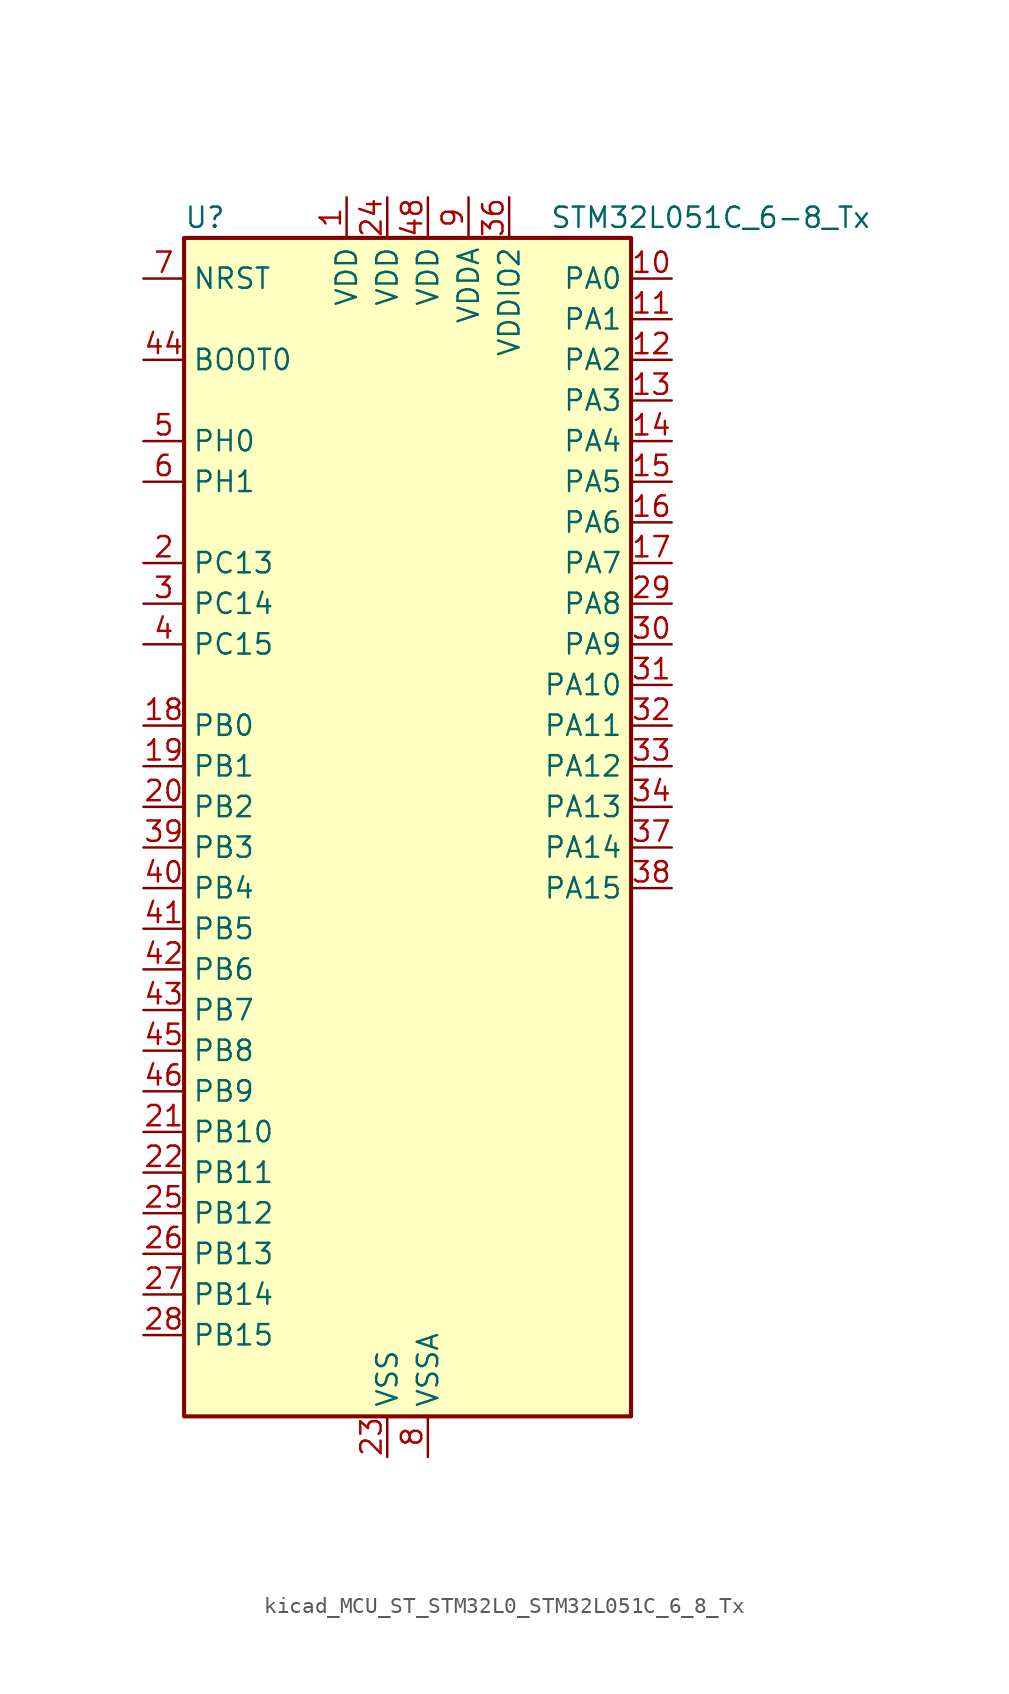
<source format=kicad_sym>
(kicad_symbol_lib
  (version 20220914)
  (generator kicad_symbol_editor)
  (symbol "kicad_MCU_ST_STM32L0_STM32L051C_6_8_Tx"
    (property "Reference" "U"
      (at -12.7 39.37 0)
      (effects (font (size 1.27 1.27)) (justify left)))
    (property "Value" "STM32L051C_6-8_Tx"
      (at 10.16 39.37 0)
      (effects (font (size 1.27 1.27)) (justify left)))
    (property "ki_locked" ""
      (at 0 0 0)
      (effects (font (size 1.27 1.27))))
    (symbol "kicad_MCU_ST_STM32L0_STM32L051C_6_8_Tx_0_1"
      (rectangle (start -12.7 -35.56) (end 15.24 38.1) (stroke (width 0.254) (type default)) (fill (type background))))
    (symbol "kicad_MCU_ST_STM32L0_STM32L051C_6_8_Tx_1_1"
      (pin power_in line (at -2.54 40.64 270) (length 2.54) (name "VDD" (effects (font (size 1.27 1.27)))) (number "1" (effects (font (size 1.27 1.27)))))
      (pin bidirectional line (at 17.78 35.56 180) (length 2.54) (name "PA0" (effects (font (size 1.27 1.27)))) (number "10" (effects (font (size 1.27 1.27)))) (alternate "ADC_IN0" bidirectional line) (alternate "COMP1_INM" bidirectional line) (alternate "COMP1_OUT" bidirectional line) (alternate "RTC_TAMP2" bidirectional line) (alternate "SYS_WKUP1" bidirectional line) (alternate "TIM2_CH1" bidirectional line) (alternate "TIM2_ETR" bidirectional line) (alternate "USART2_CTS" bidirectional line))
      (pin bidirectional line (at 17.78 33.02 180) (length 2.54) (name "PA1" (effects (font (size 1.27 1.27)))) (number "11" (effects (font (size 1.27 1.27)))) (alternate "ADC_IN1" bidirectional line) (alternate "COMP1_INP" bidirectional line) (alternate "TIM21_ETR" bidirectional line) (alternate "TIM2_CH2" bidirectional line) (alternate "USART2_DE" bidirectional line) (alternate "USART2_RTS" bidirectional line))
      (pin bidirectional line (at 17.78 30.48 180) (length 2.54) (name "PA2" (effects (font (size 1.27 1.27)))) (number "12" (effects (font (size 1.27 1.27)))) (alternate "ADC_IN2" bidirectional line) (alternate "COMP2_INM" bidirectional line) (alternate "COMP2_OUT" bidirectional line) (alternate "TIM21_CH1" bidirectional line) (alternate "TIM2_CH3" bidirectional line) (alternate "USART2_TX" bidirectional line))
      (pin bidirectional line (at 17.78 27.94 180) (length 2.54) (name "PA3" (effects (font (size 1.27 1.27)))) (number "13" (effects (font (size 1.27 1.27)))) (alternate "ADC_IN3" bidirectional line) (alternate "COMP2_INP" bidirectional line) (alternate "TIM21_CH2" bidirectional line) (alternate "TIM2_CH4" bidirectional line) (alternate "USART2_RX" bidirectional line))
      (pin bidirectional line (at 17.78 25.4 180) (length 2.54) (name "PA4" (effects (font (size 1.27 1.27)))) (number "14" (effects (font (size 1.27 1.27)))) (alternate "ADC_IN4" bidirectional line) (alternate "COMP1_INM" bidirectional line) (alternate "COMP2_INM" bidirectional line) (alternate "SPI1_NSS" bidirectional line) (alternate "TIM22_ETR" bidirectional line) (alternate "USART2_CK" bidirectional line))
      (pin bidirectional line (at 17.78 22.86 180) (length 2.54) (name "PA5" (effects (font (size 1.27 1.27)))) (number "15" (effects (font (size 1.27 1.27)))) (alternate "ADC_IN5" bidirectional line) (alternate "COMP1_INM" bidirectional line) (alternate "COMP2_INM" bidirectional line) (alternate "SPI1_SCK" bidirectional line) (alternate "TIM2_CH1" bidirectional line) (alternate "TIM2_ETR" bidirectional line))
      (pin bidirectional line (at 17.78 20.32 180) (length 2.54) (name "PA6" (effects (font (size 1.27 1.27)))) (number "16" (effects (font (size 1.27 1.27)))) (alternate "ADC_IN6" bidirectional line) (alternate "COMP1_OUT" bidirectional line) (alternate "LPUART1_CTS" bidirectional line) (alternate "SPI1_MISO" bidirectional line) (alternate "TIM22_CH1" bidirectional line))
      (pin bidirectional line (at 17.78 17.78 180) (length 2.54) (name "PA7" (effects (font (size 1.27 1.27)))) (number "17" (effects (font (size 1.27 1.27)))) (alternate "ADC_IN7" bidirectional line) (alternate "COMP2_OUT" bidirectional line) (alternate "SPI1_MOSI" bidirectional line) (alternate "TIM22_CH2" bidirectional line))
      (pin bidirectional line (at -15.24 7.62 0) (length 2.54) (name "PB0" (effects (font (size 1.27 1.27)))) (number "18" (effects (font (size 1.27 1.27)))) (alternate "ADC_IN8" bidirectional line) (alternate "SYS_VREF_OUT_PB0" bidirectional line))
      (pin bidirectional line (at -15.24 5.08 0) (length 2.54) (name "PB1" (effects (font (size 1.27 1.27)))) (number "19" (effects (font (size 1.27 1.27)))) (alternate "ADC_IN9" bidirectional line) (alternate "LPUART1_DE" bidirectional line) (alternate "LPUART1_RTS" bidirectional line) (alternate "SYS_VREF_OUT_PB1" bidirectional line))
      (pin bidirectional line (at -15.24 17.78 0) (length 2.54) (name "PC13" (effects (font (size 1.27 1.27)))) (number "2" (effects (font (size 1.27 1.27)))) (alternate "RTC_OUT_ALARM" bidirectional line) (alternate "RTC_OUT_CALIB" bidirectional line) (alternate "RTC_TAMP1" bidirectional line) (alternate "RTC_TS" bidirectional line) (alternate "SYS_WKUP2" bidirectional line))
      (pin bidirectional line (at -15.24 2.54 0) (length 2.54) (name "PB2" (effects (font (size 1.27 1.27)))) (number "20" (effects (font (size 1.27 1.27)))) (alternate "LPTIM1_OUT" bidirectional line))
      (pin bidirectional line (at -15.24 -17.78 0) (length 2.54) (name "PB10" (effects (font (size 1.27 1.27)))) (number "21" (effects (font (size 1.27 1.27)))) (alternate "I2C2_SCL" bidirectional line) (alternate "LPUART1_TX" bidirectional line) (alternate "SPI2_SCK" bidirectional line) (alternate "TIM2_CH3" bidirectional line))
      (pin bidirectional line (at -15.24 -20.32 0) (length 2.54) (name "PB11" (effects (font (size 1.27 1.27)))) (number "22" (effects (font (size 1.27 1.27)))) (alternate "ADC_EXTI11" bidirectional line) (alternate "I2C2_SDA" bidirectional line) (alternate "LPUART1_RX" bidirectional line) (alternate "TIM2_CH4" bidirectional line))
      (pin power_in line (at 0 -38.1 90) (length 2.54) (name "VSS" (effects (font (size 1.27 1.27)))) (number "23" (effects (font (size 1.27 1.27)))))
      (pin power_in line (at 0 40.64 270) (length 2.54) (name "VDD" (effects (font (size 1.27 1.27)))) (number "24" (effects (font (size 1.27 1.27)))))
      (pin bidirectional line (at -15.24 -22.86 0) (length 2.54) (name "PB12" (effects (font (size 1.27 1.27)))) (number "25" (effects (font (size 1.27 1.27)))) (alternate "I2S2_WS" bidirectional line) (alternate "LPUART1_DE" bidirectional line) (alternate "LPUART1_RTS" bidirectional line) (alternate "SPI2_NSS" bidirectional line))
      (pin bidirectional line (at -15.24 -25.4 0) (length 2.54) (name "PB13" (effects (font (size 1.27 1.27)))) (number "26" (effects (font (size 1.27 1.27)))) (alternate "I2C2_SCL" bidirectional line) (alternate "I2S2_CK" bidirectional line) (alternate "LPUART1_CTS" bidirectional line) (alternate "SPI2_SCK" bidirectional line) (alternate "TIM21_CH1" bidirectional line))
      (pin bidirectional line (at -15.24 -27.94 0) (length 2.54) (name "PB14" (effects (font (size 1.27 1.27)))) (number "27" (effects (font (size 1.27 1.27)))) (alternate "I2C2_SDA" bidirectional line) (alternate "I2S2_MCK" bidirectional line) (alternate "LPUART1_DE" bidirectional line) (alternate "LPUART1_RTS" bidirectional line) (alternate "RTC_OUT_ALARM" bidirectional line) (alternate "RTC_OUT_CALIB" bidirectional line) (alternate "SPI2_MISO" bidirectional line) (alternate "TIM21_CH2" bidirectional line))
      (pin bidirectional line (at -15.24 -30.48 0) (length 2.54) (name "PB15" (effects (font (size 1.27 1.27)))) (number "28" (effects (font (size 1.27 1.27)))) (alternate "I2S2_SD" bidirectional line) (alternate "RTC_REFIN" bidirectional line) (alternate "SPI2_MOSI" bidirectional line))
      (pin bidirectional line (at 17.78 15.24 180) (length 2.54) (name "PA8" (effects (font (size 1.27 1.27)))) (number "29" (effects (font (size 1.27 1.27)))) (alternate "RCC_MCO" bidirectional line) (alternate "USART1_CK" bidirectional line))
      (pin bidirectional line (at -15.24 15.24 0) (length 2.54) (name "PC14" (effects (font (size 1.27 1.27)))) (number "3" (effects (font (size 1.27 1.27)))) (alternate "RCC_OSC32_IN" bidirectional line))
      (pin bidirectional line (at 17.78 12.7 180) (length 2.54) (name "PA9" (effects (font (size 1.27 1.27)))) (number "30" (effects (font (size 1.27 1.27)))) (alternate "RCC_MCO" bidirectional line) (alternate "USART1_TX" bidirectional line))
      (pin bidirectional line (at 17.78 10.16 180) (length 2.54) (name "PA10" (effects (font (size 1.27 1.27)))) (number "31" (effects (font (size 1.27 1.27)))) (alternate "USART1_RX" bidirectional line))
      (pin bidirectional line (at 17.78 7.62 180) (length 2.54) (name "PA11" (effects (font (size 1.27 1.27)))) (number "32" (effects (font (size 1.27 1.27)))) (alternate "ADC_EXTI11" bidirectional line) (alternate "COMP1_OUT" bidirectional line) (alternate "SPI1_MISO" bidirectional line) (alternate "USART1_CTS" bidirectional line))
      (pin bidirectional line (at 17.78 5.08 180) (length 2.54) (name "PA12" (effects (font (size 1.27 1.27)))) (number "33" (effects (font (size 1.27 1.27)))) (alternate "COMP2_OUT" bidirectional line) (alternate "SPI1_MOSI" bidirectional line) (alternate "USART1_DE" bidirectional line) (alternate "USART1_RTS" bidirectional line))
      (pin bidirectional line (at 17.78 2.54 180) (length 2.54) (name "PA13" (effects (font (size 1.27 1.27)))) (number "34" (effects (font (size 1.27 1.27)))) (alternate "SYS_SWDIO" bidirectional line))
      (pin passive line (at 0 -38.1 90) (length 2.54) hide (name "VSS" (effects (font (size 1.27 1.27)))) (number "35" (effects (font (size 1.27 1.27)))))
      (pin power_in line (at 7.62 40.64 270) (length 2.54) (name "VDDIO2" (effects (font (size 1.27 1.27)))) (number "36" (effects (font (size 1.27 1.27)))))
      (pin bidirectional line (at 17.78 0 180) (length 2.54) (name "PA14" (effects (font (size 1.27 1.27)))) (number "37" (effects (font (size 1.27 1.27)))) (alternate "SYS_SWCLK" bidirectional line) (alternate "USART2_TX" bidirectional line))
      (pin bidirectional line (at 17.78 -2.54 180) (length 2.54) (name "PA15" (effects (font (size 1.27 1.27)))) (number "38" (effects (font (size 1.27 1.27)))) (alternate "SPI1_NSS" bidirectional line) (alternate "TIM2_CH1" bidirectional line) (alternate "TIM2_ETR" bidirectional line) (alternate "USART2_RX" bidirectional line))
      (pin bidirectional line (at -15.24 0 0) (length 2.54) (name "PB3" (effects (font (size 1.27 1.27)))) (number "39" (effects (font (size 1.27 1.27)))) (alternate "COMP2_INM" bidirectional line) (alternate "SPI1_SCK" bidirectional line) (alternate "TIM2_CH2" bidirectional line))
      (pin bidirectional line (at -15.24 12.7 0) (length 2.54) (name "PC15" (effects (font (size 1.27 1.27)))) (number "4" (effects (font (size 1.27 1.27)))) (alternate "RCC_OSC32_OUT" bidirectional line))
      (pin bidirectional line (at -15.24 -2.54 0) (length 2.54) (name "PB4" (effects (font (size 1.27 1.27)))) (number "40" (effects (font (size 1.27 1.27)))) (alternate "COMP2_INP" bidirectional line) (alternate "SPI1_MISO" bidirectional line) (alternate "TIM22_CH1" bidirectional line))
      (pin bidirectional line (at -15.24 -5.08 0) (length 2.54) (name "PB5" (effects (font (size 1.27 1.27)))) (number "41" (effects (font (size 1.27 1.27)))) (alternate "COMP2_INP" bidirectional line) (alternate "I2C1_SMBA" bidirectional line) (alternate "LPTIM1_IN1" bidirectional line) (alternate "SPI1_MOSI" bidirectional line) (alternate "TIM22_CH2" bidirectional line))
      (pin bidirectional line (at -15.24 -7.62 0) (length 2.54) (name "PB6" (effects (font (size 1.27 1.27)))) (number "42" (effects (font (size 1.27 1.27)))) (alternate "COMP2_INP" bidirectional line) (alternate "I2C1_SCL" bidirectional line) (alternate "LPTIM1_ETR" bidirectional line) (alternate "USART1_TX" bidirectional line))
      (pin bidirectional line (at -15.24 -10.16 0) (length 2.54) (name "PB7" (effects (font (size 1.27 1.27)))) (number "43" (effects (font (size 1.27 1.27)))) (alternate "COMP2_INP" bidirectional line) (alternate "I2C1_SDA" bidirectional line) (alternate "LPTIM1_IN2" bidirectional line) (alternate "SYS_PVD_IN" bidirectional line) (alternate "USART1_RX" bidirectional line))
      (pin input line (at -15.24 30.48 0) (length 2.54) (name "BOOT0" (effects (font (size 1.27 1.27)))) (number "44" (effects (font (size 1.27 1.27)))))
      (pin bidirectional line (at -15.24 -12.7 0) (length 2.54) (name "PB8" (effects (font (size 1.27 1.27)))) (number "45" (effects (font (size 1.27 1.27)))) (alternate "I2C1_SCL" bidirectional line))
      (pin bidirectional line (at -15.24 -15.24 0) (length 2.54) (name "PB9" (effects (font (size 1.27 1.27)))) (number "46" (effects (font (size 1.27 1.27)))) (alternate "I2C1_SDA" bidirectional line) (alternate "I2S2_WS" bidirectional line) (alternate "SPI2_NSS" bidirectional line))
      (pin passive line (at 0 -38.1 90) (length 2.54) hide (name "VSS" (effects (font (size 1.27 1.27)))) (number "47" (effects (font (size 1.27 1.27)))))
      (pin power_in line (at 2.54 40.64 270) (length 2.54) (name "VDD" (effects (font (size 1.27 1.27)))) (number "48" (effects (font (size 1.27 1.27)))))
      (pin bidirectional line (at -15.24 25.4 0) (length 2.54) (name "PH0" (effects (font (size 1.27 1.27)))) (number "5" (effects (font (size 1.27 1.27)))) (alternate "RCC_OSC_IN" bidirectional line))
      (pin bidirectional line (at -15.24 22.86 0) (length 2.54) (name "PH1" (effects (font (size 1.27 1.27)))) (number "6" (effects (font (size 1.27 1.27)))) (alternate "RCC_OSC_OUT" bidirectional line))
      (pin input line (at -15.24 35.56 0) (length 2.54) (name "NRST" (effects (font (size 1.27 1.27)))) (number "7" (effects (font (size 1.27 1.27)))))
      (pin power_in line (at 2.54 -38.1 90) (length 2.54) (name "VSSA" (effects (font (size 1.27 1.27)))) (number "8" (effects (font (size 1.27 1.27)))))
      (pin power_in line (at 5.08 40.64 270) (length 2.54) (name "VDDA" (effects (font (size 1.27 1.27)))) (number "9" (effects (font (size 1.27 1.27))))))))
</source>
